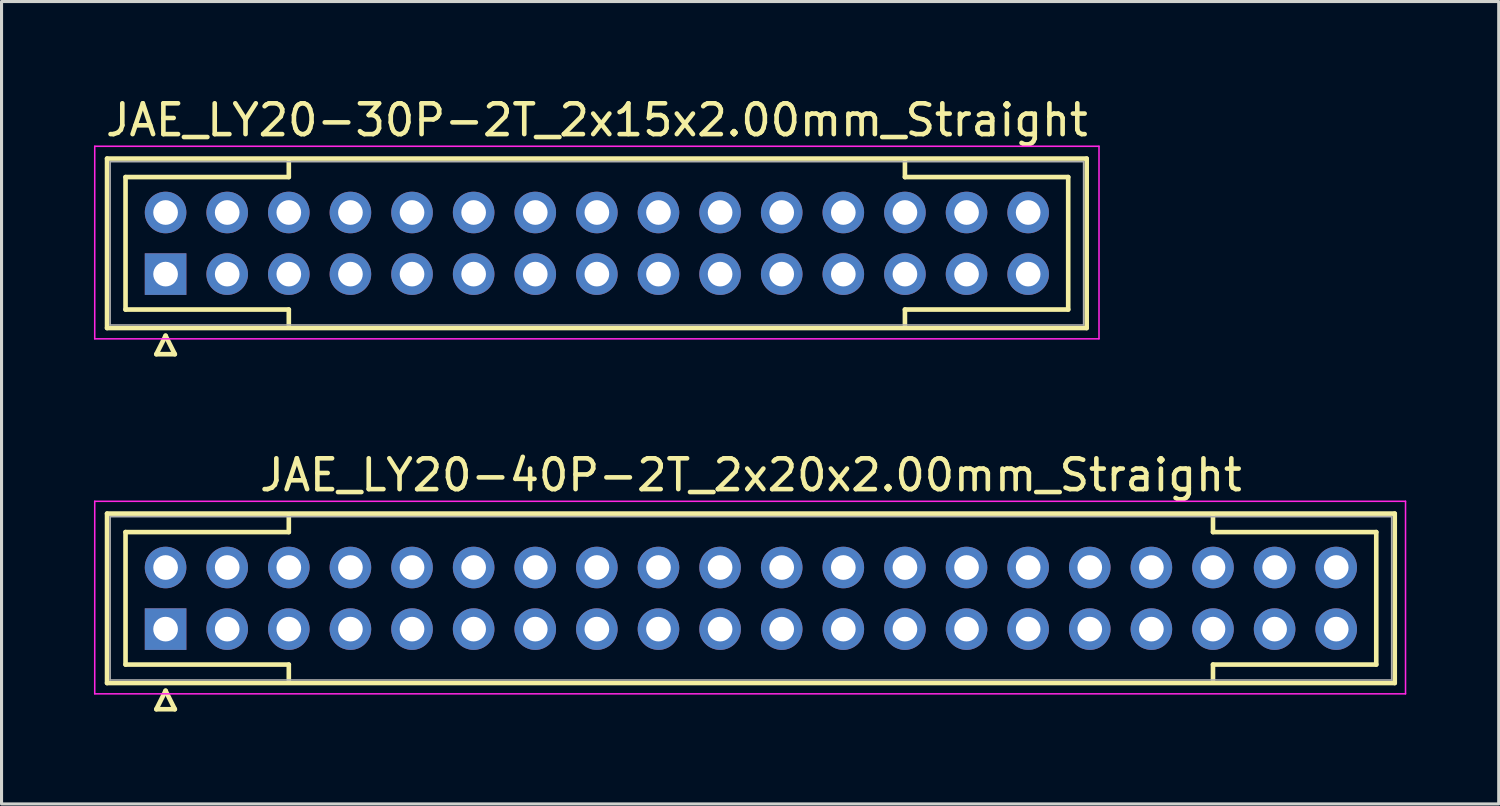
<source format=kicad_pcb>
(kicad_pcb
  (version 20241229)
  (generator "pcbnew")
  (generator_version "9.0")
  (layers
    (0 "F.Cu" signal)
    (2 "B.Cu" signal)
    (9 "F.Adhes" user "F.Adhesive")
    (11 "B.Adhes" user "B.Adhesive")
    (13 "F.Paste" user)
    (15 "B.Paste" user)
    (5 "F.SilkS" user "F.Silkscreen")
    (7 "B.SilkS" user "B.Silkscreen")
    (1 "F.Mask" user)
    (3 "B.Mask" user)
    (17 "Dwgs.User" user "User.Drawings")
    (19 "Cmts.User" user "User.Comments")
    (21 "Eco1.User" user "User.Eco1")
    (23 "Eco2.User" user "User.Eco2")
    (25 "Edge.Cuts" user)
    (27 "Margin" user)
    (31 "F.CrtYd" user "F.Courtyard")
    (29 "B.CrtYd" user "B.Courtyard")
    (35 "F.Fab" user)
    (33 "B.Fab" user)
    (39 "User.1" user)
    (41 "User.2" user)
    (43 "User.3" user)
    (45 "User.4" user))
  (footprint "JAE_LY20-40P-2T_2x20x2.00mm_Straight"
    (layer "F.Cu")
    (at 2.325 17.372)
    (property "Reference" "JAE_LY20-40P-2T_2x20x2.00mm_Straight" (at 19 -5 0) (layer "F.SilkS") (effects (font (size 1 1) (thickness 0.15))))
    (attr through_hole)
    (fp_line (start -1.9 -3.75) (end -1.9 1.75) (stroke (width 0.15) (type solid)) (layer "F.SilkS"))
    (fp_line (start -1.9 1.75) (end 39.9 1.75) (stroke (width 0.15) (type solid)) (layer "F.SilkS"))
    (fp_line (start -1.3 -3.15) (end 4 -3.15) (stroke (width 0.15) (type solid)) (layer "F.SilkS"))
    (fp_line (start -1.3 1.15) (end -1.3 -3.15) (stroke (width 0.15) (type solid)) (layer "F.SilkS"))
    (fp_line (start -0.3 2.6) (end 0.3 2.6) (stroke (width 0.15) (type solid)) (layer "F.SilkS"))
    (fp_line (start 0 2) (end -0.3 2.6) (stroke (width 0.15) (type solid)) (layer "F.SilkS"))
    (fp_line (start 0.3 2.6) (end 0 2) (stroke (width 0.15) (type solid)) (layer "F.SilkS"))
    (fp_line (start 4 -3.15) (end 4 -3.65) (stroke (width 0.15) (type solid)) (layer "F.SilkS"))
    (fp_line (start 4 1.15) (end -1.3 1.15) (stroke (width 0.15) (type solid)) (layer "F.SilkS"))
    (fp_line (start 4 1.65) (end 4 1.15) (stroke (width 0.15) (type solid)) (layer "F.SilkS"))
    (fp_line (start 34 -3.15) (end 34 -3.65) (stroke (width 0.15) (type solid)) (layer "F.SilkS"))
    (fp_line (start 34 1.15) (end 39.3 1.15) (stroke (width 0.15) (type solid)) (layer "F.SilkS"))
    (fp_line (start 34 1.65) (end 34 1.15) (stroke (width 0.15) (type solid)) (layer "F.SilkS"))
    (fp_line (start 39.3 -3.15) (end 34 -3.15) (stroke (width 0.15) (type solid)) (layer "F.SilkS"))
    (fp_line (start 39.3 1.15) (end 39.3 -3.15) (stroke (width 0.15) (type solid)) (layer "F.SilkS"))
    (fp_line (start 39.9 -3.75) (end -1.9 -3.75) (stroke (width 0.15) (type solid)) (layer "F.SilkS"))
    (fp_line (start 39.9 1.75) (end 39.9 -3.75) (stroke (width 0.15) (type solid)) (layer "F.SilkS"))
    (fp_line (start -2.3 -4.15) (end -2.3 2.1) (stroke (width 0.05) (type solid)) (layer "F.CrtYd"))
    (fp_line (start -2.3 2.1) (end 40.25 2.1) (stroke (width 0.05) (type solid)) (layer "F.CrtYd"))
    (fp_line (start 40.25 -4.15) (end -2.3 -4.15) (stroke (width 0.05) (type solid)) (layer "F.CrtYd"))
    (fp_line (start 40.25 2.1) (end 40.25 -4.15) (stroke (width 0.05) (type solid)) (layer "F.CrtYd"))
    (fp_line (start -1.8 -3.65) (end -1.8 1.65) (stroke (width 0.05) (type solid)) (layer "F.Fab"))
    (fp_line (start -1.8 1.65) (end 39.8 1.65) (stroke (width 0.05) (type solid)) (layer "F.Fab"))
    (fp_line (start 39.8 -3.65) (end -1.8 -3.65) (stroke (width 0.05) (type solid)) (layer "F.Fab"))
    (fp_line (start 39.8 1.65) (end 39.8 -3.65) (stroke (width 0.05) (type solid)) (layer "F.Fab"))
    (pad "1" thru_hole rect (at 0 0) (size 1.35 1.35) (drill 0.8) (layers "*.Cu" "*.Mask"))
    (pad "2" thru_hole circle (at 2 0) (size 1.35 1.35) (drill 0.8) (layers "*.Cu" "*.Mask"))
    (pad "3" thru_hole circle (at 4 0) (size 1.35 1.35) (drill 0.8) (layers "*.Cu" "*.Mask"))
    (pad "4" thru_hole circle (at 6 0) (size 1.35 1.35) (drill 0.8) (layers "*.Cu" "*.Mask"))
    (pad "5" thru_hole circle (at 8 0) (size 1.35 1.35) (drill 0.8) (layers "*.Cu" "*.Mask"))
    (pad "6" thru_hole circle (at 10 0) (size 1.35 1.35) (drill 0.8) (layers "*.Cu" "*.Mask"))
    (pad "7" thru_hole circle (at 12 0) (size 1.35 1.35) (drill 0.8) (layers "*.Cu" "*.Mask"))
    (pad "8" thru_hole circle (at 14 0) (size 1.35 1.35) (drill 0.8) (layers "*.Cu" "*.Mask"))
    (pad "9" thru_hole circle (at 16 0) (size 1.35 1.35) (drill 0.8) (layers "*.Cu" "*.Mask"))
    (pad "10" thru_hole circle (at 18 0) (size 1.35 1.35) (drill 0.8) (layers "*.Cu" "*.Mask"))
    (pad "11" thru_hole circle (at 20 0) (size 1.35 1.35) (drill 0.8) (layers "*.Cu" "*.Mask"))
    (pad "12" thru_hole circle (at 22 0) (size 1.35 1.35) (drill 0.8) (layers "*.Cu" "*.Mask"))
    (pad "13" thru_hole circle (at 24 0) (size 1.35 1.35) (drill 0.8) (layers "*.Cu" "*.Mask"))
    (pad "14" thru_hole circle (at 26 0) (size 1.35 1.35) (drill 0.8) (layers "*.Cu" "*.Mask"))
    (pad "15" thru_hole circle (at 28 0) (size 1.35 1.35) (drill 0.8) (layers "*.Cu" "*.Mask"))
    (pad "16" thru_hole circle (at 30 0) (size 1.35 1.35) (drill 0.8) (layers "*.Cu" "*.Mask"))
    (pad "17" thru_hole circle (at 32 0) (size 1.35 1.35) (drill 0.8) (layers "*.Cu" "*.Mask"))
    (pad "18" thru_hole circle (at 34 0) (size 1.35 1.35) (drill 0.8) (layers "*.Cu" "*.Mask"))
    (pad "19" thru_hole circle (at 36 0) (size 1.35 1.35) (drill 0.8) (layers "*.Cu" "*.Mask"))
    (pad "20" thru_hole circle (at 38 0) (size 1.35 1.35) (drill 0.8) (layers "*.Cu" "*.Mask"))
    (pad "21" thru_hole circle (at 0 -2) (size 1.35 1.35) (drill 0.8) (layers "*.Cu" "*.Mask"))
    (pad "22" thru_hole circle (at 2 -2) (size 1.35 1.35) (drill 0.8) (layers "*.Cu" "*.Mask"))
    (pad "23" thru_hole circle (at 4 -2) (size 1.35 1.35) (drill 0.8) (layers "*.Cu" "*.Mask"))
    (pad "24" thru_hole circle (at 6 -2) (size 1.35 1.35) (drill 0.8) (layers "*.Cu" "*.Mask"))
    (pad "25" thru_hole circle (at 8 -2) (size 1.35 1.35) (drill 0.8) (layers "*.Cu" "*.Mask"))
    (pad "26" thru_hole circle (at 10 -2) (size 1.35 1.35) (drill 0.8) (layers "*.Cu" "*.Mask"))
    (pad "27" thru_hole circle (at 12 -2) (size 1.35 1.35) (drill 0.8) (layers "*.Cu" "*.Mask"))
    (pad "28" thru_hole circle (at 14 -2) (size 1.35 1.35) (drill 0.8) (layers "*.Cu" "*.Mask"))
    (pad "29" thru_hole circle (at 16 -2) (size 1.35 1.35) (drill 0.8) (layers "*.Cu" "*.Mask"))
    (pad "30" thru_hole circle (at 18 -2) (size 1.35 1.35) (drill 0.8) (layers "*.Cu" "*.Mask"))
    (pad "31" thru_hole circle (at 20 -2) (size 1.35 1.35) (drill 0.8) (layers "*.Cu" "*.Mask"))
    (pad "32" thru_hole circle (at 22 -2) (size 1.35 1.35) (drill 0.8) (layers "*.Cu" "*.Mask"))
    (pad "33" thru_hole circle (at 24 -2) (size 1.35 1.35) (drill 0.8) (layers "*.Cu" "*.Mask"))
    (pad "34" thru_hole circle (at 26 -2) (size 1.35 1.35) (drill 0.8) (layers "*.Cu" "*.Mask"))
    (pad "35" thru_hole circle (at 28 -2) (size 1.35 1.35) (drill 0.8) (layers "*.Cu" "*.Mask"))
    (pad "36" thru_hole circle (at 30 -2) (size 1.35 1.35) (drill 0.8) (layers "*.Cu" "*.Mask"))
    (pad "37" thru_hole circle (at 32 -2) (size 1.35 1.35) (drill 0.8) (layers "*.Cu" "*.Mask"))
    (pad "38" thru_hole circle (at 34 -2) (size 1.35 1.35) (drill 0.8) (layers "*.Cu" "*.Mask"))
    (pad "39" thru_hole circle (at 36 -2) (size 1.35 1.35) (drill 0.8) (layers "*.Cu" "*.Mask"))
    (pad "40" thru_hole circle (at 38 -2) (size 1.35 1.35) (drill 0.8) (layers "*.Cu" "*.Mask")))
  (footprint "JAE_LY20-30P-2T_2x15x2.00mm_Straight"
    (layer "F.Cu")
    (at 2.325 5.848)
    (property "Reference" "JAE_LY20-30P-2T_2x15x2.00mm_Straight" (at 14 -5 0) (layer "F.SilkS") (effects (font (size 1 1) (thickness 0.15))))
    (attr through_hole)
    (fp_line (start -1.9 -3.75) (end -1.9 1.75) (stroke (width 0.15) (type solid)) (layer "F.SilkS"))
    (fp_line (start -1.9 1.75) (end 29.9 1.75) (stroke (width 0.15) (type solid)) (layer "F.SilkS"))
    (fp_line (start -1.3 -3.15) (end 4 -3.15) (stroke (width 0.15) (type solid)) (layer "F.SilkS"))
    (fp_line (start -1.3 1.15) (end -1.3 -3.15) (stroke (width 0.15) (type solid)) (layer "F.SilkS"))
    (fp_line (start -0.3 2.6) (end 0.3 2.6) (stroke (width 0.15) (type solid)) (layer "F.SilkS"))
    (fp_line (start 0 2) (end -0.3 2.6) (stroke (width 0.15) (type solid)) (layer "F.SilkS"))
    (fp_line (start 0.3 2.6) (end 0 2) (stroke (width 0.15) (type solid)) (layer "F.SilkS"))
    (fp_line (start 4 -3.15) (end 4 -3.65) (stroke (width 0.15) (type solid)) (layer "F.SilkS"))
    (fp_line (start 4 1.15) (end -1.3 1.15) (stroke (width 0.15) (type solid)) (layer "F.SilkS"))
    (fp_line (start 4 1.65) (end 4 1.15) (stroke (width 0.15) (type solid)) (layer "F.SilkS"))
    (fp_line (start 24 -3.15) (end 24 -3.65) (stroke (width 0.15) (type solid)) (layer "F.SilkS"))
    (fp_line (start 24 1.15) (end 29.3 1.15) (stroke (width 0.15) (type solid)) (layer "F.SilkS"))
    (fp_line (start 24 1.65) (end 24 1.15) (stroke (width 0.15) (type solid)) (layer "F.SilkS"))
    (fp_line (start 29.3 -3.15) (end 24 -3.15) (stroke (width 0.15) (type solid)) (layer "F.SilkS"))
    (fp_line (start 29.3 1.15) (end 29.3 -3.15) (stroke (width 0.15) (type solid)) (layer "F.SilkS"))
    (fp_line (start 29.9 -3.75) (end -1.9 -3.75) (stroke (width 0.15) (type solid)) (layer "F.SilkS"))
    (fp_line (start 29.9 1.75) (end 29.9 -3.75) (stroke (width 0.15) (type solid)) (layer "F.SilkS"))
    (fp_line (start -2.3 -4.15) (end -2.3 2.1) (stroke (width 0.05) (type solid)) (layer "F.CrtYd"))
    (fp_line (start -2.3 2.1) (end 30.3 2.1) (stroke (width 0.05) (type solid)) (layer "F.CrtYd"))
    (fp_line (start 30.3 -4.15) (end -2.3 -4.15) (stroke (width 0.05) (type solid)) (layer "F.CrtYd"))
    (fp_line (start 30.3 2.1) (end 30.3 -4.15) (stroke (width 0.05) (type solid)) (layer "F.CrtYd"))
    (fp_line (start -1.8 -3.65) (end -1.8 1.65) (stroke (width 0.05) (type solid)) (layer "F.Fab"))
    (fp_line (start -1.8 1.65) (end 29.8 1.65) (stroke (width 0.05) (type solid)) (layer "F.Fab"))
    (fp_line (start 29.8 -3.65) (end -1.8 -3.65) (stroke (width 0.05) (type solid)) (layer "F.Fab"))
    (fp_line (start 29.8 1.65) (end 29.8 -3.65) (stroke (width 0.05) (type solid)) (layer "F.Fab"))
    (pad "1" thru_hole rect (at 0 0) (size 1.35 1.35) (drill 0.8) (layers "*.Cu" "*.Mask"))
    (pad "2" thru_hole circle (at 2 0) (size 1.35 1.35) (drill 0.8) (layers "*.Cu" "*.Mask"))
    (pad "3" thru_hole circle (at 4 0) (size 1.35 1.35) (drill 0.8) (layers "*.Cu" "*.Mask"))
    (pad "4" thru_hole circle (at 6 0) (size 1.35 1.35) (drill 0.8) (layers "*.Cu" "*.Mask"))
    (pad "5" thru_hole circle (at 8 0) (size 1.35 1.35) (drill 0.8) (layers "*.Cu" "*.Mask"))
    (pad "6" thru_hole circle (at 10 0) (size 1.35 1.35) (drill 0.8) (layers "*.Cu" "*.Mask"))
    (pad "7" thru_hole circle (at 12 0) (size 1.35 1.35) (drill 0.8) (layers "*.Cu" "*.Mask"))
    (pad "8" thru_hole circle (at 14 0) (size 1.35 1.35) (drill 0.8) (layers "*.Cu" "*.Mask"))
    (pad "9" thru_hole circle (at 16 0) (size 1.35 1.35) (drill 0.8) (layers "*.Cu" "*.Mask"))
    (pad "10" thru_hole circle (at 18 0) (size 1.35 1.35) (drill 0.8) (layers "*.Cu" "*.Mask"))
    (pad "11" thru_hole circle (at 20 0) (size 1.35 1.35) (drill 0.8) (layers "*.Cu" "*.Mask"))
    (pad "12" thru_hole circle (at 22 0) (size 1.35 1.35) (drill 0.8) (layers "*.Cu" "*.Mask"))
    (pad "13" thru_hole circle (at 24 0) (size 1.35 1.35) (drill 0.8) (layers "*.Cu" "*.Mask"))
    (pad "14" thru_hole circle (at 26 0) (size 1.35 1.35) (drill 0.8) (layers "*.Cu" "*.Mask"))
    (pad "15" thru_hole circle (at 28 0) (size 1.35 1.35) (drill 0.8) (layers "*.Cu" "*.Mask"))
    (pad "16" thru_hole circle (at 0 -2) (size 1.35 1.35) (drill 0.8) (layers "*.Cu" "*.Mask"))
    (pad "17" thru_hole circle (at 2 -2) (size 1.35 1.35) (drill 0.8) (layers "*.Cu" "*.Mask"))
    (pad "18" thru_hole circle (at 4 -2) (size 1.35 1.35) (drill 0.8) (layers "*.Cu" "*.Mask"))
    (pad "19" thru_hole circle (at 6 -2) (size 1.35 1.35) (drill 0.8) (layers "*.Cu" "*.Mask"))
    (pad "20" thru_hole circle (at 8 -2) (size 1.35 1.35) (drill 0.8) (layers "*.Cu" "*.Mask"))
    (pad "21" thru_hole circle (at 10 -2) (size 1.35 1.35) (drill 0.8) (layers "*.Cu" "*.Mask"))
    (pad "22" thru_hole circle (at 12 -2) (size 1.35 1.35) (drill 0.8) (layers "*.Cu" "*.Mask"))
    (pad "23" thru_hole circle (at 14 -2) (size 1.35 1.35) (drill 0.8) (layers "*.Cu" "*.Mask"))
    (pad "24" thru_hole circle (at 16 -2) (size 1.35 1.35) (drill 0.8) (layers "*.Cu" "*.Mask"))
    (pad "25" thru_hole circle (at 18 -2) (size 1.35 1.35) (drill 0.8) (layers "*.Cu" "*.Mask"))
    (pad "26" thru_hole circle (at 20 -2) (size 1.35 1.35) (drill 0.8) (layers "*.Cu" "*.Mask"))
    (pad "27" thru_hole circle (at 22 -2) (size 1.35 1.35) (drill 0.8) (layers "*.Cu" "*.Mask"))
    (pad "28" thru_hole circle (at 24 -2) (size 1.35 1.35) (drill 0.8) (layers "*.Cu" "*.Mask"))
    (pad "29" thru_hole circle (at 26 -2) (size 1.35 1.35) (drill 0.8) (layers "*.Cu" "*.Mask"))
    (pad "30" thru_hole circle (at 28 -2) (size 1.35 1.35) (drill 0.8) (layers "*.Cu" "*.Mask")))
  (gr_rect
    (start -3 -3)
    (end 45.6 23.047)
    (stroke (width 0.1) (type default))
    (fill no)
    (layer "Edge.Cuts")))
</source>
